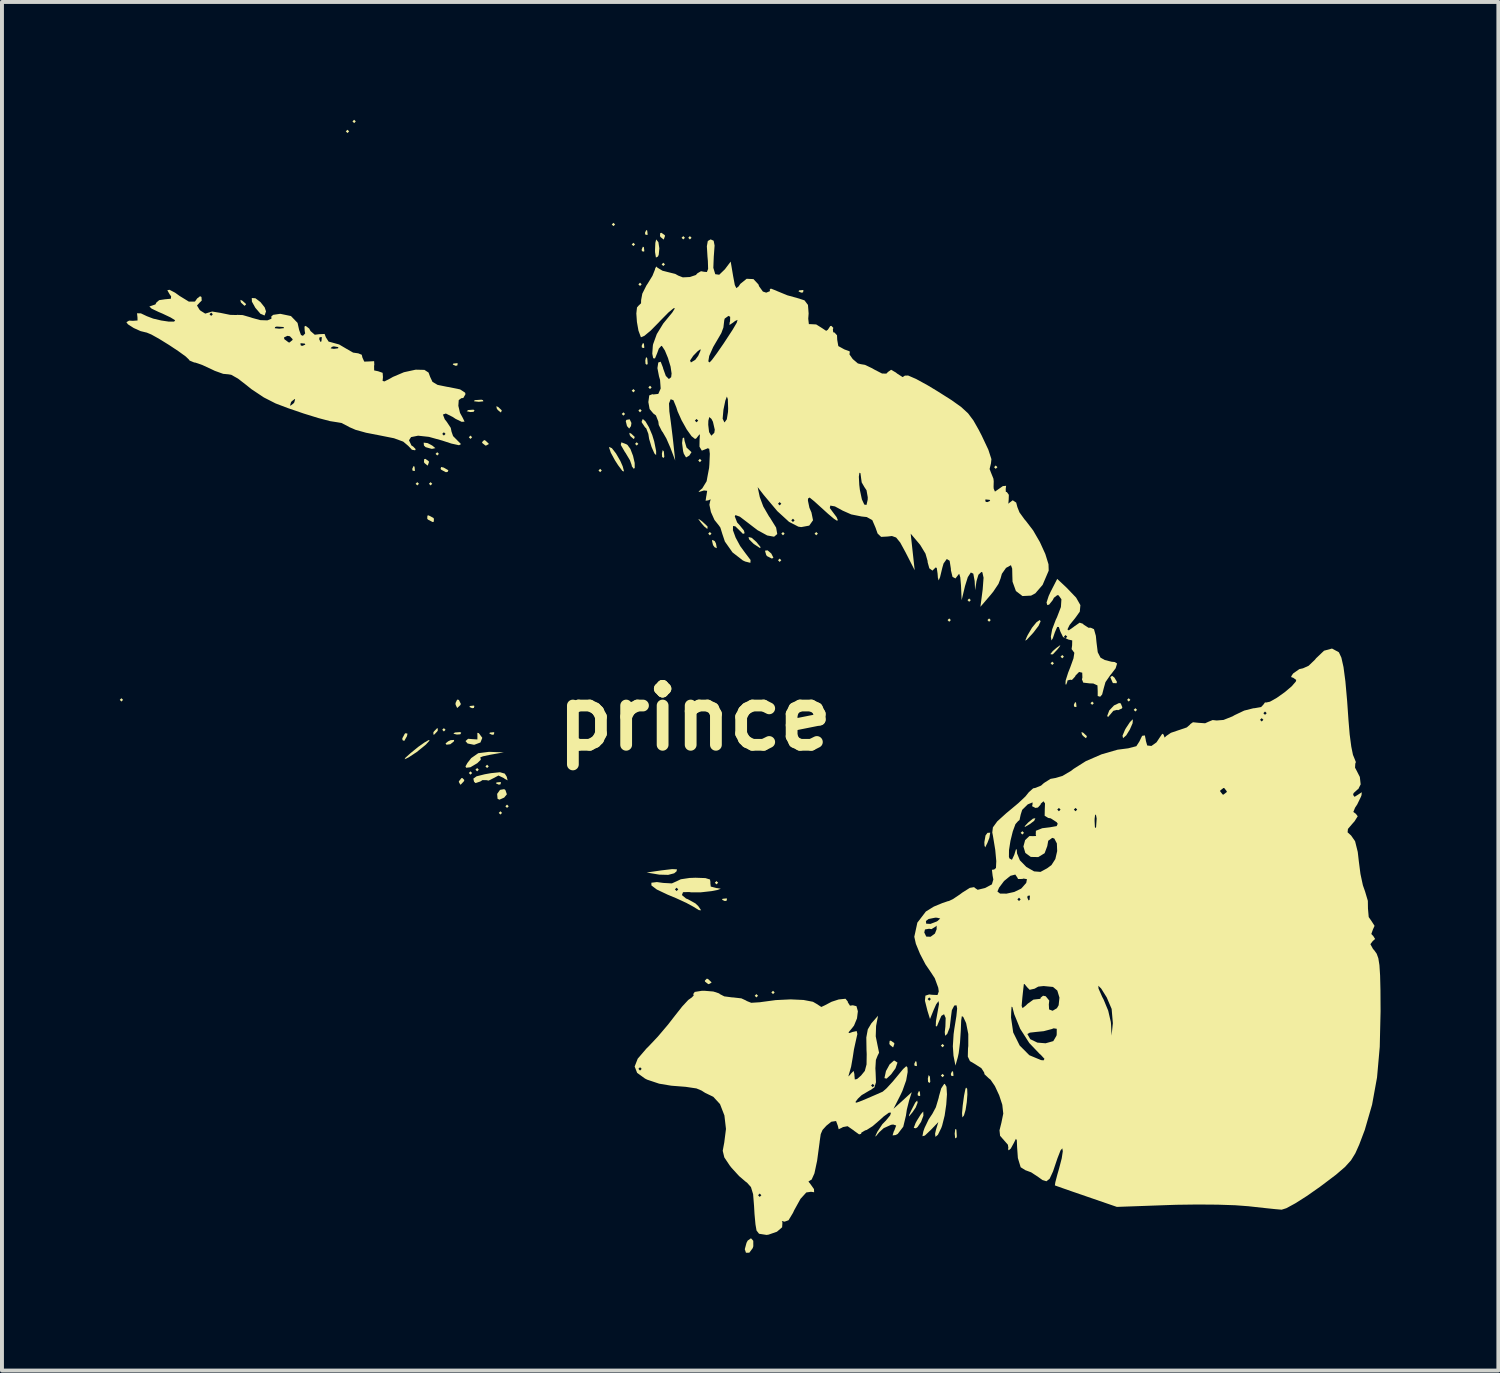
<source format=kicad_pcb>
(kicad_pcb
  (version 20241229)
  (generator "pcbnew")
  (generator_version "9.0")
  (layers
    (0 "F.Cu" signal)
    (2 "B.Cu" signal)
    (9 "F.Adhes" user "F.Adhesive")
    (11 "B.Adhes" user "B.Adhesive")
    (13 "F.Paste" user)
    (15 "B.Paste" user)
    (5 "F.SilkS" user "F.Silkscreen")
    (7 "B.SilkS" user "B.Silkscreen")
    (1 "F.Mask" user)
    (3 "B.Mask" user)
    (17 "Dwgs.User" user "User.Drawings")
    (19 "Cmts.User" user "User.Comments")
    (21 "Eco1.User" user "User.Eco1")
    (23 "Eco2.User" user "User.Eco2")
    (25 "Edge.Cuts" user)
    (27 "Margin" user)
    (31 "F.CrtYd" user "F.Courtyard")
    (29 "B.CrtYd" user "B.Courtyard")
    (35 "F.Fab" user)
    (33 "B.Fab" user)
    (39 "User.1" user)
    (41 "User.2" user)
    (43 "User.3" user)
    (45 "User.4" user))
  (footprint "prince"
    (layer "F.Cu")
    (at 14.647 15.24)
    (property "Reference" "prince" (at 0 0 0) (layer "F.SilkS") (effects (font (size 1.5 1.5) (thickness 0.3))))
    (attr board_only exclude_from_pos_files exclude_from_bom)
    (fp_poly (pts (xy -14.563 -0.466) (xy -14.605 -0.423) (xy -14.647 -0.466) (xy -14.605 -0.508)) (stroke (width 0) (type solid)) (fill yes) (layer "F.SilkS"))
    (fp_poly (pts (xy -8.805 -14.944) (xy -8.848 -14.901) (xy -8.89 -14.944) (xy -8.848 -14.986)) (stroke (width 0) (type solid)) (fill yes) (layer "F.SilkS"))
    (fp_poly (pts (xy -8.636 -15.198) (xy -8.678 -15.155) (xy -8.721 -15.198) (xy -8.678 -15.24)) (stroke (width 0) (type solid)) (fill yes) (layer "F.SilkS"))
    (fp_poly (pts (xy -7.027 -5.969) (xy -7.07 -5.927) (xy -7.112 -5.969) (xy -7.07 -6.011)) (stroke (width 0) (type solid)) (fill yes) (layer "F.SilkS"))
    (fp_poly (pts (xy -6.689 -5.969) (xy -6.731 -5.927) (xy -6.773 -5.969) (xy -6.731 -6.011)) (stroke (width 0) (type solid)) (fill yes) (layer "F.SilkS"))
    (fp_poly (pts (xy -6.519 -6.731) (xy -6.562 -6.689) (xy -6.604 -6.731) (xy -6.562 -6.773)) (stroke (width 0) (type solid)) (fill yes) (layer "F.SilkS"))
    (fp_poly (pts (xy -6.35 0.296) (xy -6.392 0.339) (xy -6.435 0.296) (xy -6.392 0.254)) (stroke (width 0) (type solid)) (fill yes) (layer "F.SilkS"))
    (fp_poly (pts (xy -5.673 -7.154) (xy -5.715 -7.112) (xy -5.757 -7.154) (xy -5.715 -7.197)) (stroke (width 0) (type solid)) (fill yes) (layer "F.SilkS"))
    (fp_poly (pts (xy -5.673 1.397) (xy -5.715 1.439) (xy -5.757 1.397) (xy -5.715 1.355)) (stroke (width 0) (type solid)) (fill yes) (layer "F.SilkS"))
    (fp_poly (pts (xy -5.503 1.312) (xy -5.546 1.355) (xy -5.588 1.312) (xy -5.546 1.27)) (stroke (width 0) (type solid)) (fill yes) (layer "F.SilkS"))
    (fp_poly (pts (xy -5.249 1.228) (xy -5.292 1.27) (xy -5.334 1.228) (xy -5.292 1.185)) (stroke (width 0) (type solid)) (fill yes) (layer "F.SilkS"))
    (fp_poly (pts (xy -4.911 2.413) (xy -4.953 2.455) (xy -4.995 2.413) (xy -4.953 2.371)) (stroke (width 0) (type solid)) (fill yes) (layer "F.SilkS"))
    (fp_poly (pts (xy -4.741 2.244) (xy -4.784 2.286) (xy -4.826 2.244) (xy -4.784 2.201)) (stroke (width 0) (type solid)) (fill yes) (layer "F.SilkS"))
    (fp_poly (pts (xy -2.371 -6.308) (xy -2.413 -6.265) (xy -2.455 -6.308) (xy -2.413 -6.35)) (stroke (width 0) (type solid)) (fill yes) (layer "F.SilkS"))
    (fp_poly (pts (xy -2.032 -12.573) (xy -2.074 -12.531) (xy -2.117 -12.573) (xy -2.074 -12.615)) (stroke (width 0) (type solid)) (fill yes) (layer "F.SilkS"))
    (fp_poly (pts (xy -1.778 -7.747) (xy -1.82 -7.705) (xy -1.863 -7.747) (xy -1.82 -7.789)) (stroke (width 0) (type solid)) (fill yes) (layer "F.SilkS"))
    (fp_poly (pts (xy -1.524 -12.065) (xy -1.566 -12.023) (xy -1.609 -12.065) (xy -1.566 -12.107)) (stroke (width 0) (type solid)) (fill yes) (layer "F.SilkS"))
    (fp_poly (pts (xy -1.524 -8.34) (xy -1.566 -8.297) (xy -1.609 -8.34) (xy -1.566 -8.382)) (stroke (width 0) (type solid)) (fill yes) (layer "F.SilkS"))
    (fp_poly (pts (xy -1.439 -6.985) (xy -1.482 -6.943) (xy -1.524 -6.985) (xy -1.482 -7.027)) (stroke (width 0) (type solid)) (fill yes) (layer "F.SilkS"))
    (fp_poly (pts (xy -1.355 -11.049) (xy -1.397 -11.007) (xy -1.439 -11.049) (xy -1.397 -11.091)) (stroke (width 0) (type solid)) (fill yes) (layer "F.SilkS"))
    (fp_poly (pts (xy -1.355 -7.832) (xy -1.397 -7.789) (xy -1.439 -7.832) (xy -1.397 -7.874)) (stroke (width 0) (type solid)) (fill yes) (layer "F.SilkS"))
    (fp_poly (pts (xy -1.101 -8.424) (xy -1.143 -8.382) (xy -1.185 -8.424) (xy -1.143 -8.467)) (stroke (width 0) (type solid)) (fill yes) (layer "F.SilkS"))
    (fp_poly (pts (xy -0.762 -11.557) (xy -0.804 -11.515) (xy -0.847 -11.557) (xy -0.804 -11.599)) (stroke (width 0) (type solid)) (fill yes) (layer "F.SilkS"))
    (fp_poly (pts (xy -0.254 -12.234) (xy -0.296 -12.192) (xy -0.339 -12.234) (xy -0.296 -12.277)) (stroke (width 0) (type solid)) (fill yes) (layer "F.SilkS"))
    (fp_poly (pts (xy -0.085 -12.234) (xy -0.127 -12.192) (xy -0.169 -12.234) (xy -0.127 -12.277)) (stroke (width 0) (type solid)) (fill yes) (layer "F.SilkS"))
    (fp_poly (pts (xy 0.169 -6.562) (xy 0.127 -6.519) (xy 0.085 -6.562) (xy 0.127 -6.604)) (stroke (width 0) (type solid)) (fill yes) (layer "F.SilkS"))
    (fp_poly (pts (xy 0.423 -4.699) (xy 0.381 -4.657) (xy 0.339 -4.699) (xy 0.381 -4.741)) (stroke (width 0) (type solid)) (fill yes) (layer "F.SilkS"))
    (fp_poly (pts (xy 0.593 4.191) (xy 0.55 4.233) (xy 0.508 4.191) (xy 0.55 4.149)) (stroke (width 0) (type solid)) (fill yes) (layer "F.SilkS"))
    (fp_poly (pts (xy 1.609 7.07) (xy 1.566 7.112) (xy 1.524 7.07) (xy 1.566 7.027)) (stroke (width 0) (type solid)) (fill yes) (layer "F.SilkS"))
    (fp_poly (pts (xy 2.032 6.985) (xy 1.99 7.027) (xy 1.947 6.985) (xy 1.99 6.943)) (stroke (width 0) (type solid)) (fill yes) (layer "F.SilkS"))
    (fp_poly (pts (xy 2.201 -4.022) (xy 2.159 -3.979) (xy 2.117 -4.022) (xy 2.159 -4.064)) (stroke (width 0) (type solid)) (fill yes) (layer "F.SilkS"))
    (fp_poly (pts (xy 2.286 -4.699) (xy 2.244 -4.657) (xy 2.201 -4.699) (xy 2.244 -4.741)) (stroke (width 0) (type solid)) (fill yes) (layer "F.SilkS"))
    (fp_poly (pts (xy 3.133 -4.699) (xy 3.09 -4.657) (xy 3.048 -4.699) (xy 3.09 -4.741)) (stroke (width 0) (type solid)) (fill yes) (layer "F.SilkS"))
    (fp_poly (pts (xy 6.35 8.34) (xy 6.308 8.382) (xy 6.265 8.34) (xy 6.308 8.297)) (stroke (width 0) (type solid)) (fill yes) (layer "F.SilkS"))
    (fp_poly (pts (xy 6.35 9.102) (xy 6.308 9.144) (xy 6.265 9.102) (xy 6.308 9.059)) (stroke (width 0) (type solid)) (fill yes) (layer "F.SilkS"))
    (fp_poly (pts (xy 6.519 -2.498) (xy 6.477 -2.455) (xy 6.435 -2.498) (xy 6.477 -2.54)) (stroke (width 0) (type solid)) (fill yes) (layer "F.SilkS"))
    (fp_poly (pts (xy 7.027 -3.006) (xy 6.985 -2.963) (xy 6.943 -3.006) (xy 6.985 -3.048)) (stroke (width 0) (type solid)) (fill yes) (layer "F.SilkS"))
    (fp_poly (pts (xy 7.535 -2.498) (xy 7.493 -2.455) (xy 7.451 -2.498) (xy 7.493 -2.54)) (stroke (width 0) (type solid)) (fill yes) (layer "F.SilkS"))
    (fp_poly (pts (xy 7.705 -6.392) (xy 7.662 -6.35) (xy 7.62 -6.392) (xy 7.662 -6.435)) (stroke (width 0) (type solid)) (fill yes) (layer "F.SilkS"))
    (fp_poly (pts (xy 8.382 2.921) (xy 8.34 2.963) (xy 8.297 2.921) (xy 8.34 2.879)) (stroke (width 0) (type solid)) (fill yes) (layer "F.SilkS"))
    (fp_poly (pts (xy 9.144 -1.397) (xy 9.102 -1.355) (xy 9.059 -1.397) (xy 9.102 -1.439)) (stroke (width 0) (type solid)) (fill yes) (layer "F.SilkS"))
    (fp_poly (pts (xy 9.398 -1.566) (xy 9.356 -1.524) (xy 9.313 -1.566) (xy 9.356 -1.609)) (stroke (width 0) (type solid)) (fill yes) (layer "F.SilkS"))
    (fp_poly (pts (xy 10.16 -0.381) (xy 10.118 -0.339) (xy 10.075 -0.381) (xy 10.118 -0.423)) (stroke (width 0) (type solid)) (fill yes) (layer "F.SilkS"))
    (fp_poly (pts (xy 11.091 -0.466) (xy 11.049 -0.423) (xy 11.007 -0.466) (xy 11.049 -0.508)) (stroke (width 0) (type solid)) (fill yes) (layer "F.SilkS"))
    (fp_poly (pts (xy 11.261 -0.212) (xy 11.218 -0.169) (xy 11.176 -0.212) (xy 11.218 -0.254)) (stroke (width 0) (type solid)) (fill yes) (layer "F.SilkS"))
    (fp_poly (pts (xy -7.14 -6.406) (xy -7.13 -6.306) (xy -7.14 -6.294) (xy -7.191 -6.305) (xy -7.197 -6.35) (xy -7.166 -6.42)) (stroke (width 0) (type solid)) (fill yes) (layer "F.SilkS"))
    (fp_poly (pts (xy -6.04 -9.031) (xy -6.051 -8.981) (xy -6.096 -8.975) (xy -6.166 -9.006) (xy -6.152 -9.031) (xy -6.052 -9.041)) (stroke (width 0) (type solid)) (fill yes) (layer "F.SilkS"))
    (fp_poly (pts (xy -5.95 0.372) (xy -5.975 0.411) (xy -6.061 0.417) (xy -6.151 0.396) (xy -6.112 0.365) (xy -5.98 0.355)) (stroke (width 0) (type solid)) (fill yes) (layer "F.SilkS"))
    (fp_poly (pts (xy -5.616 -0.31) (xy -5.628 -0.26) (xy -5.673 -0.254) (xy -5.742 -0.285) (xy -5.729 -0.31) (xy -5.629 -0.321)) (stroke (width 0) (type solid)) (fill yes) (layer "F.SilkS"))
    (fp_poly (pts (xy -5.611 -7.84) (xy -5.636 -7.802) (xy -5.722 -7.796) (xy -5.812 -7.817) (xy -5.773 -7.847) (xy -5.641 -7.857)) (stroke (width 0) (type solid)) (fill yes) (layer "F.SilkS"))
    (fp_poly (pts (xy -5.397 -8.099) (xy -5.387 -8.069) (xy -5.503 -8.057) (xy -5.624 -8.07) (xy -5.609 -8.099) (xy -5.436 -8.111)) (stroke (width 0) (type solid)) (fill yes) (layer "F.SilkS"))
    (fp_poly (pts (xy -5.108 0.367) (xy -5.12 0.417) (xy -5.165 0.423) (xy -5.234 0.392) (xy -5.221 0.367) (xy -5.121 0.357)) (stroke (width 0) (type solid)) (fill yes) (layer "F.SilkS"))
    (fp_poly (pts (xy -4.939 1.637) (xy -4.951 1.687) (xy -4.995 1.693) (xy -5.065 1.662) (xy -5.052 1.637) (xy -4.951 1.627)) (stroke (width 0) (type solid)) (fill yes) (layer "F.SilkS"))
    (fp_poly (pts (xy -1.298 -11.994) (xy -1.288 -11.894) (xy -1.298 -11.882) (xy -1.349 -11.893) (xy -1.355 -11.938) (xy -1.324 -12.008)) (stroke (width 0) (type solid)) (fill yes) (layer "F.SilkS"))
    (fp_poly (pts (xy -1.298 -9.539) (xy -1.288 -9.439) (xy -1.298 -9.426) (xy -1.349 -9.438) (xy -1.355 -9.483) (xy -1.324 -9.552)) (stroke (width 0) (type solid)) (fill yes) (layer "F.SilkS"))
    (fp_poly (pts (xy -1.214 -12.418) (xy -1.203 -12.317) (xy -1.214 -12.305) (xy -1.264 -12.317) (xy -1.27 -12.361) (xy -1.239 -12.431)) (stroke (width 0) (type solid)) (fill yes) (layer "F.SilkS"))
    (fp_poly (pts (xy -1.212 -9.16) (xy -1.202 -9.028) (xy -1.219 -8.998) (xy -1.257 -9.023) (xy -1.263 -9.109) (xy -1.243 -9.199)) (stroke (width 0) (type solid)) (fill yes) (layer "F.SilkS"))
    (fp_poly (pts (xy -0.789 -6.789) (xy -0.779 -6.657) (xy -0.796 -6.627) (xy -0.834 -6.652) (xy -0.84 -6.738) (xy -0.819 -6.828)) (stroke (width 0) (type solid)) (fill yes) (layer "F.SilkS"))
    (fp_poly (pts (xy 0.818 4.6) (xy 0.807 4.651) (xy 0.762 4.657) (xy 0.692 4.626) (xy 0.706 4.6) (xy 0.806 4.59)) (stroke (width 0) (type solid)) (fill yes) (layer "F.SilkS"))
    (fp_poly (pts (xy 2.766 -10.894) (xy 2.754 -10.843) (xy 2.709 -10.837) (xy 2.64 -10.868) (xy 2.653 -10.894) (xy 2.753 -10.904)) (stroke (width 0) (type solid)) (fill yes) (layer "F.SilkS"))
    (fp_poly (pts (xy 5.644 8.749) (xy 5.655 8.849) (xy 5.644 8.862) (xy 5.594 8.85) (xy 5.588 8.805) (xy 5.619 8.736)) (stroke (width 0) (type solid)) (fill yes) (layer "F.SilkS"))
    (fp_poly (pts (xy 5.729 9.511) (xy 5.739 9.611) (xy 5.729 9.624) (xy 5.679 9.612) (xy 5.673 9.567) (xy 5.704 9.498)) (stroke (width 0) (type solid)) (fill yes) (layer "F.SilkS"))
    (fp_poly (pts (xy 5.985 9.128) (xy 5.995 9.26) (xy 5.978 9.29) (xy 5.939 9.265) (xy 5.933 9.179) (xy 5.954 9.089)) (stroke (width 0) (type solid)) (fill yes) (layer "F.SilkS"))
    (fp_poly (pts (xy 6.576 9.003) (xy 6.586 9.103) (xy 6.576 9.116) (xy 6.525 9.104) (xy 6.519 9.059) (xy 6.55 8.99)) (stroke (width 0) (type solid)) (fill yes) (layer "F.SilkS"))
    (fp_poly (pts (xy 6.66 10.477) (xy 6.671 10.651) (xy 6.66 10.689) (xy 6.629 10.7) (xy 6.617 10.583) (xy 6.631 10.463)) (stroke (width 0) (type solid)) (fill yes) (layer "F.SilkS"))
    (fp_poly (pts (xy 9.708 -0.395) (xy 9.719 -0.295) (xy 9.708 -0.282) (xy 9.658 -0.294) (xy 9.652 -0.339) (xy 9.683 -0.408)) (stroke (width 0) (type solid)) (fill yes) (layer "F.SilkS"))
    (fp_poly (pts (xy -11.528 -10.634) (xy -11.438 -10.555) (xy -11.43 -10.536) (xy -11.47 -10.501) (xy -11.554 -10.579) (xy -11.565 -10.596) (xy -11.575 -10.654)) (stroke (width 0) (type solid)) (fill yes) (layer "F.SilkS"))
    (fp_poly (pts (xy -7.319 0.395) (xy -7.334 0.461) (xy -7.402 0.58) (xy -7.446 0.56) (xy -7.451 0.513) (xy -7.389 0.398) (xy -7.367 0.382)) (stroke (width 0) (type solid)) (fill yes) (layer "F.SilkS"))
    (fp_poly (pts (xy -6.397 -6.382) (xy -6.278 -6.314) (xy -6.298 -6.27) (xy -6.345 -6.265) (xy -6.46 -6.327) (xy -6.476 -6.349) (xy -6.463 -6.397)) (stroke (width 0) (type solid)) (fill yes) (layer "F.SilkS"))
    (fp_poly (pts (xy -6.139 0.594) (xy -6.229 0.664) (xy -6.327 0.676) (xy -6.35 0.644) (xy -6.284 0.59) (xy -6.219 0.56) (xy -6.131 0.554)) (stroke (width 0) (type solid)) (fill yes) (layer "F.SilkS"))
    (fp_poly (pts (xy -6.01 -0.465) (xy -5.961 -0.363) (xy -5.973 -0.333) (xy -6.054 -0.258) (xy -6.094 -0.343) (xy -6.096 -0.386) (xy -6.054 -0.473)) (stroke (width 0) (type solid)) (fill yes) (layer "F.SilkS"))
    (fp_poly (pts (xy -5.008 -7.924) (xy -4.918 -7.839) (xy -4.936 -7.79) (xy -4.948 -7.789) (xy -5.02 -7.849) (xy -5.046 -7.887) (xy -5.056 -7.945)) (stroke (width 0) (type solid)) (fill yes) (layer "F.SilkS"))
    (fp_poly (pts (xy -1.622 -7.247) (xy -1.531 -7.162) (xy -1.55 -7.113) (xy -1.561 -7.112) (xy -1.633 -7.172) (xy -1.659 -7.21) (xy -1.669 -7.268)) (stroke (width 0) (type solid)) (fill yes) (layer "F.SilkS"))
    (fp_poly (pts (xy -1.616 -7.518) (xy -1.627 -7.439) (xy -1.673 -7.375) (xy -1.729 -7.439) (xy -1.76 -7.564) (xy -1.744 -7.597) (xy -1.66 -7.611)) (stroke (width 0) (type solid)) (fill yes) (layer "F.SilkS"))
    (fp_poly (pts (xy 0.505 -4.51) (xy 0.537 -4.449) (xy 0.559 -4.329) (xy 0.502 -4.353) (xy 0.462 -4.408) (xy 0.436 -4.519) (xy 0.447 -4.539)) (stroke (width 0) (type solid)) (fill yes) (layer "F.SilkS"))
    (fp_poly (pts (xy 1.946 -4.193) (xy 2 -4.087) (xy 1.963 -4.064) (xy 1.839 -4.126) (xy 1.817 -4.154) (xy 1.785 -4.265) (xy 1.851 -4.274)) (stroke (width 0) (type solid)) (fill yes) (layer "F.SilkS"))
    (fp_poly (pts (xy 8.641 2.615) (xy 8.526 2.701) (xy 8.399 2.773) (xy 8.406 2.746) (xy 8.486 2.66) (xy 8.61 2.559) (xy 8.672 2.548)) (stroke (width 0) (type solid)) (fill yes) (layer "F.SilkS"))
    (fp_poly (pts (xy 9.893 0.373) (xy 9.984 0.458) (xy 9.965 0.507) (xy 9.953 0.508) (xy 9.882 0.448) (xy 9.856 0.41) (xy 9.846 0.352)) (stroke (width 0) (type solid)) (fill yes) (layer "F.SilkS"))
    (fp_poly (pts (xy -6.806 -7.005) (xy -6.689 -6.943) (xy -6.609 -6.877) (xy -6.686 -6.86) (xy -6.705 -6.859) (xy -6.858 -6.902) (xy -6.9 -6.943) (xy -6.907 -7.017)) (stroke (width 0) (type solid)) (fill yes) (layer "F.SilkS"))
    (fp_poly (pts (xy -6.777 -6.543) (xy -6.773 -6.519) (xy -6.802 -6.437) (xy -6.811 -6.435) (xy -6.883 -6.494) (xy -6.9 -6.519) (xy -6.894 -6.597) (xy -6.863 -6.604)) (stroke (width 0) (type solid)) (fill yes) (layer "F.SilkS"))
    (fp_poly (pts (xy -6.664 -5.103) (xy -6.646 -5.08) (xy -6.65 -5.002) (xy -6.679 -4.995) (xy -6.798 -5.057) (xy -6.816 -5.08) (xy -6.812 -5.158) (xy -6.783 -5.165)) (stroke (width 0) (type solid)) (fill yes) (layer "F.SilkS"))
    (fp_poly (pts (xy -6.546 0.309) (xy -6.562 0.339) (xy -6.641 0.42) (xy -6.656 0.423) (xy -6.662 0.369) (xy -6.646 0.339) (xy -6.567 0.258) (xy -6.552 0.254)) (stroke (width 0) (type solid)) (fill yes) (layer "F.SilkS"))
    (fp_poly (pts (xy -5.871 1.576) (xy -5.884 1.609) (xy -5.96 1.689) (xy -5.974 1.693) (xy -6.01 1.628) (xy -6.011 1.609) (xy -5.946 1.527) (xy -5.922 1.524)) (stroke (width 0) (type solid)) (fill yes) (layer "F.SilkS"))
    (fp_poly (pts (xy -5.334 -7.07) (xy -5.253 -6.994) (xy -5.249 -6.98) (xy -5.315 -6.944) (xy -5.334 -6.943) (xy -5.415 -7.008) (xy -5.419 -7.032) (xy -5.367 -7.083)) (stroke (width 0) (type solid)) (fill yes) (layer "F.SilkS"))
    (fp_poly (pts (xy -4.826 1.829) (xy -4.788 1.939) (xy -4.857 2.023) (xy -4.978 2.076) (xy -5.025 2.053) (xy -5.036 1.928) (xy -4.962 1.826) (xy -4.857 1.808)) (stroke (width 0) (type solid)) (fill yes) (layer "F.SilkS"))
    (fp_poly (pts (xy -0.765 -12.3) (xy -0.762 -12.277) (xy -0.791 -12.194) (xy -0.799 -12.192) (xy -0.872 -12.251) (xy -0.889 -12.277) (xy -0.882 -12.355) (xy -0.852 -12.361)) (stroke (width 0) (type solid)) (fill yes) (layer "F.SilkS"))
    (fp_poly (pts (xy 0.129 -5.053) (xy 0.191 -5.006) (xy 0.322 -4.883) (xy 0.322 -4.827) (xy 0.307 -4.826) (xy 0.236 -4.884) (xy 0.159 -4.974) (xy 0.085 -5.074)) (stroke (width 0) (type solid)) (fill yes) (layer "F.SilkS"))
    (fp_poly (pts (xy 0.339 6.646) (xy 0.419 6.722) (xy 0.423 6.736) (xy 0.358 6.772) (xy 0.339 6.773) (xy 0.257 6.708) (xy 0.254 6.684) (xy 0.306 6.633)) (stroke (width 0) (type solid)) (fill yes) (layer "F.SilkS"))
    (fp_poly (pts (xy 1.449 -4.592) (xy 1.566 -4.488) (xy 1.675 -4.354) (xy 1.658 -4.332) (xy 1.517 -4.425) (xy 1.488 -4.447) (xy 1.379 -4.556) (xy 1.368 -4.614)) (stroke (width 0) (type solid)) (fill yes) (layer "F.SilkS"))
    (fp_poly (pts (xy 5.077 8.274) (xy 5.08 8.297) (xy 5.051 8.38) (xy 5.043 8.382) (xy 4.97 8.323) (xy 4.953 8.297) (xy 4.96 8.219) (xy 4.99 8.213)) (stroke (width 0) (type solid)) (fill yes) (layer "F.SilkS"))
    (fp_poly (pts (xy 5.673 9.791) (xy 5.624 9.915) (xy 5.541 10.038) (xy 5.453 10.142) (xy 5.453 10.114) (xy 5.51 9.991) (xy 5.611 9.793) (xy 5.661 9.738)) (stroke (width 0) (type solid)) (fill yes) (layer "F.SilkS"))
    (fp_poly (pts (xy 7.5 3.048) (xy 7.451 3.175) (xy 7.394 3.291) (xy 7.376 3.246) (xy 7.372 3.159) (xy 7.402 2.988) (xy 7.451 2.921) (xy 7.522 2.916)) (stroke (width 0) (type solid)) (fill yes) (layer "F.SilkS"))
    (fp_poly (pts (xy 9.287 -1.818) (xy 9.239 -1.757) (xy 9.116 -1.625) (xy 9.061 -1.626) (xy 9.059 -1.641) (xy 9.117 -1.711) (xy 9.207 -1.789) (xy 9.308 -1.862)) (stroke (width 0) (type solid)) (fill yes) (layer "F.SilkS"))
    (fp_poly (pts (xy 10.684 -1.034) (xy 10.748 -0.927) (xy 10.74 -0.89) (xy 10.652 -0.893) (xy 10.64 -0.903) (xy 10.584 -1.033) (xy 10.583 -1.047) (xy 10.626 -1.079)) (stroke (width 0) (type solid)) (fill yes) (layer "F.SilkS"))
    (fp_poly (pts (xy -11.192 -10.694) (xy -11.064 -10.597) (xy -10.956 -10.461) (xy -10.922 -10.359) (xy -10.959 -10.255) (xy -11.062 -10.297) (xy -11.193 -10.449) (xy -11.281 -10.607) (xy -11.285 -10.7)) (stroke (width 0) (type solid)) (fill yes) (layer "F.SilkS"))
    (fp_poly (pts (xy -0.456 3.85) (xy -0.467 3.901) (xy -0.527 3.951) (xy -0.679 3.991) (xy -0.905 3.985) (xy -0.931 3.981) (xy -1.228 3.931) (xy -0.848 3.876) (xy -0.578 3.844)) (stroke (width 0) (type solid)) (fill yes) (layer "F.SilkS"))
    (fp_poly (pts (xy 1.487 13.31) (xy 1.488 13.449) (xy 1.473 13.497) (xy 1.387 13.613) (xy 1.301 13.615) (xy 1.271 13.525) (xy 1.315 13.362) (xy 1.345 13.305) (xy 1.429 13.246)) (stroke (width 0) (type solid)) (fill yes) (layer "F.SilkS"))
    (fp_poly (pts (xy -0.929 -12.122) (xy -0.905 -11.966) (xy -0.92 -11.806) (xy -0.94 -11.757) (xy -0.992 -11.731) (xy -1.014 -11.867) (xy -1.015 -11.917) (xy -1.007 -12.104) (xy -0.986 -12.191) (xy -0.984 -12.192)) (stroke (width 0) (type solid)) (fill yes) (layer "F.SilkS"))
    (fp_poly (pts (xy 5.16 8.772) (xy 5.11 8.917) (xy 4.998 9.071) (xy 4.883 9.18) (xy 4.829 9.168) (xy 4.829 9.16) (xy 4.867 8.987) (xy 4.96 8.817) (xy 5.065 8.724) (xy 5.083 8.721)) (stroke (width 0) (type solid)) (fill yes) (layer "F.SilkS"))
    (fp_poly (pts (xy 5.816 10.021) (xy 5.82 10.124) (xy 5.76 10.282) (xy 5.671 10.414) (xy 5.629 10.445) (xy 5.574 10.435) (xy 5.62 10.312) (xy 5.657 10.245) (xy 5.756 10.086) (xy 5.813 10.02)) (stroke (width 0) (type solid)) (fill yes) (layer "F.SilkS"))
    (fp_poly (pts (xy -6.754 0.566) (xy -6.835 0.656) (xy -6.867 0.687) (xy -7.083 0.862) (xy -7.291 0.999) (xy -7.393 1.047) (xy -7.372 1.008) (xy -7.239 0.889) (xy -7.048 0.733) (xy -6.886 0.619) (xy -6.78 0.558)) (stroke (width 0) (type solid)) (fill yes) (layer "F.SilkS"))
    (fp_poly (pts (xy -2.113 -6.875) (xy -2.008 -6.74) (xy -1.899 -6.552) (xy -1.838 -6.413) (xy -1.804 -6.283) (xy -1.845 -6.295) (xy -1.956 -6.443) (xy -2.035 -6.566) (xy -2.141 -6.761) (xy -2.184 -6.888) (xy -2.18 -6.907)) (stroke (width 0) (type solid)) (fill yes) (layer "F.SilkS"))
    (fp_poly (pts (xy -0.261 -7.056) (xy -0.212 -6.892) (xy -0.148 -6.833) (xy -0.086 -6.774) (xy -0.143 -6.687) (xy -0.225 -6.64) (xy -0.282 -6.735) (xy -0.3 -6.8) (xy -0.326 -7.006) (xy -0.311 -7.13) (xy -0.276 -7.148)) (stroke (width 0) (type solid)) (fill yes) (layer "F.SilkS"))
    (fp_poly (pts (xy 6.935 9.439) (xy 6.94 9.581) (xy 6.925 9.78) (xy 6.894 9.979) (xy 6.853 10.118) (xy 6.812 10.168) (xy 6.804 10.061) (xy 6.821 9.866) (xy 6.855 9.616) (xy 6.889 9.447) (xy 6.905 9.407)) (stroke (width 0) (type solid)) (fill yes) (layer "F.SilkS"))
    (fp_poly (pts (xy 8.805 -2.466) (xy 8.753 -2.352) (xy 8.623 -2.181) (xy 8.589 -2.143) (xy 8.453 -1.997) (xy 8.413 -1.974) (xy 8.453 -2.069) (xy 8.475 -2.115) (xy 8.586 -2.304) (xy 8.7 -2.443) (xy 8.783 -2.5)) (stroke (width 0) (type solid)) (fill yes) (layer "F.SilkS"))
    (fp_poly (pts (xy 11.154 0.034) (xy 11.148 0.128) (xy 11.079 0.287) (xy 10.986 0.437) (xy 10.906 0.508) (xy 10.904 0.508) (xy 10.891 0.446) (xy 10.956 0.292) (xy 10.976 0.257) (xy 11.082 0.097) (xy 11.149 0.032)) (stroke (width 0) (type solid)) (fill yes) (layer "F.SilkS"))
    (fp_poly (pts (xy -5.502 0.382) (xy -5.414 0.501) (xy -5.461 0.619) (xy -5.616 0.677) (xy -5.63 0.677) (xy -5.789 0.645) (xy -5.842 0.583) (xy -5.775 0.525) (xy -5.666 0.534) (xy -5.539 0.542) (xy -5.538 0.455) (xy -5.54 0.373)) (stroke (width 0) (type solid)) (fill yes) (layer "F.SilkS"))
    (fp_poly (pts (xy 10.846 -0.376) (xy 10.887 -0.274) (xy 10.875 -0.247) (xy 10.777 -0.202) (xy 10.752 -0.212) (xy 10.657 -0.187) (xy 10.591 -0.108) (xy 10.522 -0.028) (xy 10.501 -0.057) (xy 10.553 -0.196) (xy 10.674 -0.324) (xy 10.803 -0.385)) (stroke (width 0) (type solid)) (fill yes) (layer "F.SilkS"))
    (fp_poly (pts (xy -1.74 -6.974) (xy -1.716 -6.958) (xy -1.642 -6.855) (xy -1.575 -6.681) (xy -1.533 -6.499) (xy -1.532 -6.373) (xy -1.556 -6.35) (xy -1.606 -6.416) (xy -1.609 -6.443) (xy -1.654 -6.569) (xy -1.766 -6.756) (xy -1.784 -6.781) (xy -1.887 -6.959) (xy -1.872 -7.025)) (stroke (width 0) (type solid)) (fill yes) (layer "F.SilkS"))
    (fp_poly (pts (xy -5.209 0.859) (xy -4.868 0.871) (xy -5.207 0.931) (xy -5.396 0.971) (xy -5.471 1.001) (xy -5.461 1.007) (xy -5.453 1.059) (xy -5.541 1.146) (xy -5.716 1.25) (xy -5.825 1.263) (xy -5.842 1.229) (xy -5.793 1.141) (xy -5.696 1.017) (xy -5.517 0.892) (xy -5.244 0.858)) (stroke (width 0) (type solid)) (fill yes) (layer "F.SilkS"))
    (fp_poly (pts (xy -1.258 -7.558) (xy -1.17 -7.41) (xy -1.085 -7.209) (xy -1.036 -7.048) (xy -0.987 -6.804) (xy -0.987 -6.699) (xy -1.031 -6.742) (xy -1.103 -6.906) (xy -1.165 -7.111) (xy -1.185 -7.24) (xy -1.239 -7.381) (xy -1.27 -7.408) (xy -1.352 -7.531) (xy -1.355 -7.558) (xy -1.327 -7.619)) (stroke (width 0) (type solid)) (fill yes) (layer "F.SilkS"))
    (fp_poly (pts (xy -4.842 1.412) (xy -4.793 1.488) (xy -4.769 1.584) (xy -4.84 1.547) (xy -4.866 1.526) (xy -5.002 1.461) (xy -5.124 1.526) (xy -5.253 1.59) (xy -5.307 1.579) (xy -5.408 1.577) (xy -5.467 1.614) (xy -5.587 1.653) (xy -5.624 1.619) (xy -5.642 1.54) (xy -5.561 1.481) (xy -5.353 1.429) (xy -5.197 1.401) (xy -4.964 1.377)) (stroke (width 0) (type solid)) (fill yes) (layer "F.SilkS"))
    (fp_poly (pts (xy 6.408 9.388) (xy 6.42 9.58) (xy 6.402 9.84) (xy 6.361 10.121) (xy 6.298 10.373) (xy 6.276 10.435) (xy 6.189 10.611) (xy 6.127 10.663) (xy 6.117 10.583) (xy 6.142 10.477) (xy 6.2 10.287) (xy 6.018 10.477) (xy 5.858 10.63) (xy 5.795 10.647) (xy 5.818 10.526) (xy 5.85 10.435) (xy 5.954 10.218) (xy 6.049 10.075) (xy 6.137 9.91) (xy 6.209 9.669) (xy 6.216 9.631) (xy 6.274 9.427) (xy 6.346 9.319) (xy 6.364 9.313)) (stroke (width 0) (type solid)) (fill yes) (layer "F.SilkS"))
    (fp_poly (pts (xy 0.268 4.073) (xy 0.385 4.109) (xy 0.397 4.18) (xy 0.393 4.191) (xy 0.404 4.289) (xy 0.556 4.328) (xy 0.574 4.329) (xy 0.66 4.344) (xy 0.578 4.375) (xy 0.423 4.405) (xy 0.146 4.436) (xy -0.092 4.436) (xy -0.148 4.428) (xy -0.302 4.432) (xy -0.33 4.505) (xy -0.226 4.593) (xy -0.177 4.612) (xy 0.014 4.718) (xy 0.087 4.787) (xy 0.159 4.893) (xy 0.103 4.889) (xy -0.045 4.798) (xy -0.213 4.707) (xy -0.475 4.586) (xy -0.698 4.493) (xy -0.968 4.365) (xy -0.975 4.36) (xy -0.508 4.36) (xy -0.466 4.403) (xy -0.423 4.36) (xy -0.466 4.318) (xy -0.508 4.36) (xy -0.975 4.36) (xy -1.107 4.26) (xy -1.108 4.191) (xy -0.967 4.174) (xy -0.807 4.196) (xy -0.586 4.208) (xy -0.47 4.156) (xy -0.359 4.103) (xy -0.139 4.07) (xy 0.014 4.064)) (stroke (width 0) (type solid)) (fill yes) (layer "F.SilkS"))
    (fp_poly (pts (xy 9.471 -3.319) (xy 9.71 -3.069) (xy 9.818 -2.879) (xy 9.803 -2.713) (xy 9.685 -2.548) (xy 9.543 -2.373) (xy 9.488 -2.261) (xy 9.521 -2.236) (xy 9.646 -2.323) (xy 9.657 -2.333) (xy 9.799 -2.432) (xy 9.885 -2.403) (xy 9.898 -2.384) (xy 10.026 -2.302) (xy 10.083 -2.303) (xy 10.164 -2.266) (xy 10.212 -2.097) (xy 10.228 -1.935) (xy 10.26 -1.679) (xy 10.33 -1.542) (xy 10.439 -1.481) (xy 10.612 -1.437) (xy 10.689 -1.43) (xy 10.753 -1.392) (xy 10.716 -1.271) (xy 10.593 -1.11) (xy 10.583 -1.101) (xy 10.457 -0.918) (xy 10.414 -0.767) (xy 10.372 -0.603) (xy 10.322 -0.546) (xy 10.259 -0.564) (xy 10.259 -0.689) (xy 10.253 -0.834) (xy 10.146 -0.883) (xy 10.054 -0.886) (xy 9.891 -0.905) (xy 9.858 -0.989) (xy 9.869 -1.034) (xy 9.865 -1.158) (xy 9.785 -1.177) (xy 9.694 -1.085) (xy 9.683 -1.059) (xy 9.603 -0.973) (xy 9.558 -0.979) (xy 9.489 -0.96) (xy 9.483 -0.922) (xy 9.456 -0.854) (xy 9.438 -0.863) (xy 9.443 -0.959) (xy 9.505 -1.156) (xy 9.562 -1.3) (xy 9.642 -1.523) (xy 9.664 -1.665) (xy 9.643 -1.693) (xy 9.594 -1.759) (xy 9.607 -1.854) (xy 9.61 -1.98) (xy 9.513 -2.002) (xy 9.443 -2.035) (xy 9.483 -2.074) (xy 9.44 -2.117) (xy 9.398 -2.074) (xy 9.432 -2.04) (xy 9.376 -2.067) (xy 9.31 -2.201) (xy 9.269 -2.322) (xy 9.228 -2.324) (xy 9.17 -2.191) (xy 9.115 -2.032) (xy 9.08 -1.98) (xy 9.066 -2.078) (xy 9.099 -2.261) (xy 9.19 -2.503) (xy 9.223 -2.572) (xy 9.322 -2.83) (xy 9.335 -3.028) (xy 9.263 -3.128) (xy 9.229 -3.133) (xy 9.144 -3.066) (xy 9.113 -3.006) (xy 9.023 -2.893) (xy 8.976 -2.879) (xy 8.956 -2.945) (xy 9.01 -3.111) (xy 9.057 -3.213) (xy 9.228 -3.547)) (stroke (width 0) (type solid)) (fill yes) (layer "F.SilkS"))
    (fp_poly (pts (xy 0.471 6.962) (xy 0.618 7.01) (xy 0.635 7.027) (xy 0.748 7.085) (xy 0.952 7.112) (xy 0.974 7.112) (xy 1.184 7.136) (xy 1.31 7.194) (xy 1.315 7.201) (xy 1.435 7.249) (xy 1.667 7.234) (xy 1.68 7.231) (xy 2.061 7.18) (xy 2.438 7.162) (xy 2.768 7.177) (xy 3.007 7.223) (xy 3.102 7.278) (xy 3.22 7.355) (xy 3.314 7.311) (xy 3.481 7.223) (xy 3.662 7.164) (xy 3.836 7.146) (xy 3.894 7.216) (xy 3.895 7.235) (xy 3.95 7.322) (xy 4.022 7.312) (xy 4.115 7.335) (xy 4.151 7.464) (xy 4.129 7.646) (xy 4.053 7.829) (xy 4.005 7.892) (xy 3.911 8.004) (xy 3.936 8.02) (xy 4.018 7.991) (xy 4.121 7.969) (xy 4.138 8.045) (xy 4.108 8.178) (xy 4.051 8.438) (xy 4.021 8.636) (xy 3.979 8.876) (xy 3.939 9.017) (xy 3.908 9.125) (xy 3.95 9.086) (xy 3.97 9.059) (xy 4.042 8.984) (xy 4.062 9.064) (xy 4.063 9.094) (xy 4.073 9.202) (xy 4.131 9.19) (xy 4.231 9.103) (xy 4.328 8.984) (xy 4.372 8.818) (xy 4.376 8.554) (xy 4.371 8.45) (xy 4.366 8.132) (xy 4.404 7.925) (xy 4.495 7.772) (xy 4.503 7.763) (xy 4.665 7.578) (xy 4.615 7.838) (xy 4.606 8.104) (xy 4.65 8.322) (xy 4.691 8.521) (xy 4.653 8.596) (xy 4.61 8.704) (xy 4.597 8.917) (xy 4.603 9.028) (xy 4.612 9.273) (xy 4.572 9.404) (xy 4.467 9.474) (xy 4.452 9.48) (xy 4.247 9.601) (xy 4.149 9.694) (xy 4.087 9.778) (xy 4.115 9.793) (xy 4.26 9.739) (xy 4.364 9.695) (xy 4.591 9.597) (xy 4.755 9.525) (xy 4.784 9.512) (xy 4.882 9.427) (xy 5.04 9.254) (xy 5.144 9.129) (xy 5.304 8.935) (xy 5.385 8.862) (xy 5.415 8.899) (xy 5.419 9.011) (xy 5.381 9.225) (xy 5.285 9.494) (xy 5.239 9.592) (xy 5.059 9.948) (xy 5.292 9.737) (xy 5.524 9.525) (xy 5.456 9.737) (xy 5.398 9.969) (xy 5.376 10.118) (xy 5.307 10.405) (xy 5.166 10.589) (xy 5.114 10.617) (xy 5.035 10.626) (xy 5.064 10.529) (xy 5.081 10.497) (xy 5.127 10.374) (xy 5.051 10.349) (xy 4.998 10.356) (xy 4.81 10.441) (xy 4.694 10.546) (xy 4.602 10.658) (xy 4.601 10.633) (xy 4.647 10.534) (xy 4.775 10.34) (xy 4.864 10.249) (xy 4.973 10.117) (xy 4.995 10.048) (xy 4.943 10.046) (xy 4.809 10.143) (xy 4.716 10.228) (xy 4.527 10.391) (xy 4.376 10.487) (xy 4.335 10.499) (xy 4.24 10.556) (xy 4.233 10.587) (xy 4.182 10.6) (xy 4.058 10.511) (xy 4.05 10.503) (xy 3.89 10.392) (xy 3.769 10.414) (xy 3.753 10.426) (xy 3.662 10.469) (xy 3.641 10.382) (xy 3.596 10.26) (xy 3.475 10.278) (xy 3.35 10.378) (xy 3.251 10.487) (xy 3.205 10.594) (xy 3.178 10.782) (xy 3.177 10.797) (xy 3.113 11.272) (xy 3.045 11.592) (xy 2.974 11.751) (xy 2.941 11.769) (xy 2.892 11.801) (xy 2.946 11.87) (xy 3.033 11.993) (xy 3.037 12.074) (xy 2.958 12.062) (xy 2.838 12.079) (xy 2.69 12.242) (xy 2.529 12.533) (xy 2.498 12.6) (xy 2.385 12.787) (xy 2.282 12.824) (xy 2.275 12.82) (xy 2.214 12.808) (xy 2.23 12.847) (xy 2.222 12.966) (xy 2.09 13.079) (xy 1.878 13.153) (xy 1.826 13.161) (xy 1.634 13.131) (xy 1.57 13.048) (xy 1.543 12.891) (xy 1.519 12.632) (xy 1.507 12.423) (xy 1.485 12.15) (xy 1.609 12.15) (xy 1.651 12.192) (xy 1.693 12.15) (xy 1.651 12.107) (xy 1.609 12.15) (xy 1.485 12.15) (xy 1.483 12.123) (xy 1.428 11.942) (xy 1.326 11.828) (xy 1.3 11.811) (xy 1.127 11.663) (xy 0.934 11.452) (xy 0.889 11.395) (xy 0.75 11.187) (xy 0.709 11.018) (xy 0.748 10.808) (xy 0.792 10.462) (xy 0.752 10.118) (xy 0.64 9.829) (xy 0.47 9.644) (xy 0.436 9.627) (xy 0.26 9.542) (xy 0.169 9.484) (xy 0.041 9.43) (xy -0.234 9.389) (xy -0.593 9.361) (xy -0.627 9.356) (xy 4.487 9.356) (xy 4.53 9.398) (xy 4.572 9.356) (xy 4.53 9.313) (xy 4.487 9.356) (xy -0.627 9.356) (xy -0.909 9.309) (xy -1.214 9.207) (xy -1.271 9.178) (xy -1.471 9.033) (xy -1.51 8.932) (xy -1.439 8.932) (xy -1.397 8.975) (xy -1.355 8.932) (xy -1.397 8.89) (xy -1.439 8.932) (xy -1.51 8.932) (xy -1.534 8.872) (xy -1.456 8.673) (xy -1.235 8.415) (xy -1.178 8.359) (xy -0.944 8.111) (xy -0.682 7.802) (xy -0.507 7.576) (xy -0.322 7.342) (xy -0.168 7.176) (xy -0.077 7.112) (xy -0.077 7.112) (xy -0.029 7.06) (xy -0.042 7.027) (xy -0.004 6.972) (xy 0.174 6.944) (xy 0.244 6.943)) (stroke (width 0) (type solid)) (fill yes) (layer "F.SilkS"))
    (fp_poly (pts (xy -13.238 -10.836) (xy -13.123 -10.753) (xy -12.886 -10.608) (xy -12.732 -10.61) (xy -12.676 -10.689) (xy -12.602 -10.746) (xy -12.566 -10.727) (xy -12.56 -10.634) (xy -12.61 -10.586) (xy -12.68 -10.51) (xy -12.619 -10.407) (xy -12.592 -10.379) (xy -12.47 -10.303) (xy -12.408 -10.322) (xy -12.295 -10.356) (xy -12.071 -10.32) (xy -12.059 -10.317) (xy -11.834 -10.271) (xy -11.672 -10.267) (xy -11.658 -10.271) (xy -11.517 -10.266) (xy -11.306 -10.205) (xy -11.28 -10.195) (xy -11.068 -10.137) (xy -10.887 -10.131) (xy -10.784 -10.173) (xy -10.787 -10.232) (xy -10.738 -10.272) (xy -10.573 -10.296) (xy -10.555 -10.297) (xy -10.287 -10.241) (xy -10.119 -10.067) (xy -10.078 -9.885) (xy -10.032 -9.759) (xy -9.982 -9.737) (xy -9.925 -9.798) (xy -9.937 -9.864) (xy -9.943 -9.973) (xy -9.912 -9.991) (xy -9.823 -9.923) (xy -9.788 -9.858) (xy -9.68 -9.765) (xy -9.568 -9.779) (xy -9.43 -9.785) (xy -9.398 -9.7) (xy -9.328 -9.59) (xy -9.24 -9.567) (xy -9.06 -9.517) (xy -8.88 -9.411) (xy -8.704 -9.31) (xy -8.572 -9.291) (xy -8.484 -9.255) (xy -8.467 -9.184) (xy -8.42 -9.08) (xy -8.294 -9.085) (xy -8.169 -9.092) (xy -8.164 -8.995) (xy -8.17 -8.977) (xy -8.168 -8.856) (xy -8.067 -8.835) (xy -7.952 -8.795) (xy -7.944 -8.687) (xy -7.953 -8.589) (xy -7.906 -8.576) (xy -7.763 -8.649) (xy -7.69 -8.691) (xy -7.41 -8.81) (xy -7.116 -8.874) (xy -7.101 -8.875) (xy -6.888 -8.87) (xy -6.783 -8.802) (xy -6.742 -8.691) (xy -6.682 -8.564) (xy -6.553 -8.488) (xy -6.308 -8.438) (xy -6.266 -8.432) (xy -5.98 -8.373) (xy -5.852 -8.29) (xy -5.842 -8.252) (xy -5.898 -8.154) (xy -5.948 -8.149) (xy -6.014 -8.1) (xy -6.024 -7.955) (xy -5.982 -7.776) (xy -5.908 -7.641) (xy -5.866 -7.552) (xy -5.939 -7.547) (xy -6.095 -7.623) (xy -6.167 -7.671) (xy -6.342 -7.759) (xy -6.417 -7.732) (xy -6.37 -7.611) (xy -6.318 -7.546) (xy -6.217 -7.393) (xy -6.198 -7.298) (xy -6.158 -7.184) (xy -6.054 -7.078) (xy -5.956 -6.98) (xy -6.007 -6.951) (xy -6.203 -6.994) (xy -6.435 -7.07) (xy -6.773 -7.164) (xy -7.049 -7.194) (xy -7.228 -7.158) (xy -7.281 -7.077) (xy -7.218 -6.944) (xy -7.176 -6.919) (xy -7.111 -6.851) (xy -7.125 -6.822) (xy -7.207 -6.836) (xy -7.299 -6.934) (xy -7.428 -7.043) (xy -7.663 -7.129) (xy -8.034 -7.203) (xy -8.049 -7.206) (xy -8.219 -7.239) (xy -6.435 -7.239) (xy -6.392 -7.197) (xy -6.35 -7.239) (xy -6.392 -7.281) (xy -6.435 -7.239) (xy -8.219 -7.239) (xy -8.374 -7.269) (xy -8.643 -7.344) (xy -8.804 -7.414) (xy -8.812 -7.421) (xy -9.001 -7.518) (xy -9.108 -7.536) (xy -9.293 -7.565) (xy -9.592 -7.644) (xy -9.961 -7.758) (xy -10.358 -7.894) (xy -10.543 -7.964) (xy -10.309 -7.964) (xy -10.297 -7.959) (xy -10.22 -8.018) (xy -10.202 -8.043) (xy -10.181 -8.122) (xy -10.192 -8.128) (xy -10.27 -8.068) (xy -10.287 -8.043) (xy -10.309 -7.964) (xy -10.543 -7.964) (xy -10.677 -8.015) (xy -10.977 -8.168) (xy -11.294 -8.379) (xy -11.423 -8.483) (xy -11.636 -8.648) (xy -11.808 -8.745) (xy -11.881 -8.757) (xy -12.013 -8.769) (xy -12.225 -8.845) (xy -12.317 -8.889) (xy -12.544 -8.994) (xy -12.716 -9.054) (xy -12.753 -9.059) (xy -12.87 -9.108) (xy -12.883 -9.13) (xy -12.967 -9.211) (xy -13.152 -9.345) (xy -13.262 -9.418) (xy -9.277 -9.418) (xy -9.193 -9.405) (xy -9.084 -9.42) (xy -9.082 -9.449) (xy -9.196 -9.469) (xy -9.245 -9.456) (xy -9.277 -9.418) (xy -13.262 -9.418) (xy -13.39 -9.503) (xy -13.448 -9.539) (xy -10.047 -9.539) (xy -10.035 -9.489) (xy -9.991 -9.483) (xy -9.921 -9.514) (xy -9.934 -9.539) (xy -10.035 -9.549) (xy -10.047 -9.539) (xy -13.448 -9.539) (xy -13.636 -9.655) (xy -13.708 -9.696) (xy -10.464 -9.696) (xy -10.456 -9.652) (xy -10.348 -9.571) (xy -10.324 -9.567) (xy -10.247 -9.632) (xy -10.245 -9.652) (xy -9.567 -9.652) (xy -9.536 -9.582) (xy -9.511 -9.596) (xy -9.501 -9.696) (xy -9.511 -9.708) (xy -9.561 -9.697) (xy -9.567 -9.652) (xy -10.245 -9.652) (xy -10.314 -9.726) (xy -10.377 -9.737) (xy -10.464 -9.696) (xy -13.708 -9.696) (xy -13.843 -9.771) (xy -13.963 -9.821) (xy -13.968 -9.821) (xy -14.116 -9.857) (xy -14.28 -9.931) (xy -10.7 -9.931) (xy -10.583 -9.919) (xy -10.463 -9.933) (xy -10.477 -9.962) (xy -10.651 -9.973) (xy -10.689 -9.962) (xy -10.7 -9.931) (xy -14.28 -9.931) (xy -14.296 -9.939) (xy -14.439 -10.031) (xy -14.478 -10.084) (xy -14.409 -10.125) (xy -14.314 -10.119) (xy -14.194 -10.128) (xy -14.196 -10.208) (xy -14.207 -10.312) (xy -14.108 -10.309) (xy -13.956 -10.237) (xy -13.796 -10.176) (xy -13.592 -10.128) (xy -13.398 -10.099) (xy -13.263 -10.099) (xy -13.237 -10.133) (xy -13.24 -10.136) (xy -13.354 -10.206) (xy -13.525 -10.287) (xy -12.361 -10.287) (xy -12.319 -10.245) (xy -12.277 -10.287) (xy -12.319 -10.329) (xy -12.361 -10.287) (xy -13.525 -10.287) (xy -13.563 -10.305) (xy -13.66 -10.346) (xy -13.836 -10.43) (xy -13.893 -10.484) (xy -13.864 -10.494) (xy -13.738 -10.538) (xy -13.716 -10.583) (xy -13.643 -10.646) (xy -13.494 -10.668) (xy -13.345 -10.682) (xy -13.339 -10.743) (xy -13.377 -10.795) (xy -13.436 -10.898) (xy -13.381 -10.91)) (stroke (width 0) (type solid)) (fill yes) (layer "F.SilkS"))
    (fp_poly (pts (xy 0.478 -12.159) (xy 0.502 -12.037) (xy 0.484 -11.788) (xy 0.482 -11.771) (xy 0.47 -11.469) (xy 0.519 -11.307) (xy 0.62 -11.293) (xy 0.764 -11.432) (xy 0.912 -11.628) (xy 0.975 -11.254) (xy 1.017 -11.031) (xy 1.056 -10.952) (xy 1.113 -10.995) (xy 1.158 -11.061) (xy 1.318 -11.19) (xy 1.492 -11.182) (xy 1.619 -11.046) (xy 1.635 -10.999) (xy 1.732 -10.865) (xy 1.817 -10.837) (xy 1.912 -10.875) (xy 1.907 -10.918) (xy 1.935 -10.941) (xy 2.07 -10.888) (xy 2.093 -10.877) (xy 2.356 -10.769) (xy 2.603 -10.701) (xy 2.791 -10.641) (xy 2.88 -10.524) (xy 2.897 -10.305) (xy 2.887 -10.173) (xy 2.903 -10.035) (xy 2.964 -10.034) (xy 3.09 -10.027) (xy 3.223 -9.944) (xy 3.344 -9.864) (xy 3.387 -9.893) (xy 3.447 -9.985) (xy 3.476 -9.991) (xy 3.527 -9.939) (xy 3.514 -9.906) (xy 3.523 -9.828) (xy 3.556 -9.821) (xy 3.62 -9.751) (xy 3.625 -9.636) (xy 3.653 -9.476) (xy 3.81 -9.39) (xy 3.939 -9.344) (xy 3.945 -9.322) (xy 3.937 -9.264) (xy 4.02 -9.146) (xy 4.151 -9.034) (xy 4.229 -9.015) (xy 4.332 -8.998) (xy 4.514 -8.911) (xy 4.569 -8.879) (xy 4.767 -8.777) (xy 4.877 -8.775) (xy 4.918 -8.817) (xy 4.997 -8.873) (xy 5.12 -8.802) (xy 5.151 -8.776) (xy 5.292 -8.686) (xy 5.349 -8.724) (xy 5.432 -8.726) (xy 5.633 -8.639) (xy 5.934 -8.474) (xy 6.184 -8.323) (xy 6.539 -8.098) (xy 6.784 -7.923) (xy 6.957 -7.764) (xy 7.093 -7.583) (xy 7.228 -7.345) (xy 7.304 -7.198) (xy 7.474 -6.837) (xy 7.552 -6.597) (xy 7.541 -6.491) (xy 7.506 -6.345) (xy 7.54 -6.256) (xy 7.603 -6.1) (xy 7.611 -6.036) (xy 7.607 -5.897) (xy 7.61 -5.846) (xy 7.642 -5.77) (xy 7.722 -5.825) (xy 7.843 -5.91) (xy 7.926 -5.918) (xy 7.917 -5.843) (xy 7.916 -5.842) (xy 7.919 -5.764) (xy 7.946 -5.757) (xy 7.996 -5.688) (xy 7.992 -5.567) (xy 7.983 -5.461) (xy 8.007 -5.483) (xy 8.095 -5.549) (xy 8.183 -5.49) (xy 8.213 -5.376) (xy 8.267 -5.24) (xy 8.399 -5.058) (xy 8.431 -5.022) (xy 8.615 -4.781) (xy 8.787 -4.484) (xy 8.925 -4.181) (xy 9.006 -3.919) (xy 9.011 -3.757) (xy 8.856 -3.394) (xy 8.67 -3.179) (xy 8.562 -3.121) (xy 8.343 -3.11) (xy 8.176 -3.238) (xy 8.09 -3.475) (xy 8.085 -3.624) (xy 8.081 -3.809) (xy 8.05 -3.894) (xy 8.047 -3.895) (xy 7.924 -3.827) (xy 7.818 -3.676) (xy 7.786 -3.56) (xy 7.732 -3.42) (xy 7.598 -3.22) (xy 7.527 -3.133) (xy 7.272 -2.836) (xy 7.33 -3.281) (xy 7.352 -3.576) (xy 7.322 -3.714) (xy 7.298 -3.725) (xy 7.221 -3.652) (xy 7.173 -3.493) (xy 7.137 -3.26) (xy 7.125 -3.493) (xy 7.091 -3.68) (xy 7.028 -3.71) (xy 6.951 -3.592) (xy 6.88 -3.365) (xy 6.794 -3.006) (xy 6.777 -3.387) (xy 6.759 -3.588) (xy 6.732 -3.675) (xy 6.717 -3.662) (xy 6.636 -3.558) (xy 6.561 -3.599) (xy 6.521 -3.765) (xy 6.519 -3.81) (xy 6.488 -4.009) (xy 6.415 -4.053) (xy 6.333 -3.939) (xy 6.302 -3.831) (xy 6.244 -3.591) (xy 6.209 -3.508) (xy 6.189 -3.575) (xy 6.181 -3.683) (xy 6.16 -3.827) (xy 6.128 -3.838) (xy 6.124 -3.831) (xy 6.05 -3.758) (xy 5.971 -3.816) (xy 5.928 -3.971) (xy 5.926 -4.005) (xy 5.873 -4.19) (xy 5.742 -4.406) (xy 5.711 -4.445) (xy 5.496 -4.699) (xy 5.547 -4.233) (xy 5.598 -3.768) (xy 5.367 -4.22) (xy 5.23 -4.472) (xy 5.125 -4.601) (xy 5.018 -4.639) (xy 4.907 -4.626) (xy 4.743 -4.617) (xy 4.653 -4.703) (xy 4.601 -4.851) (xy 4.518 -5.044) (xy 4.377 -5.122) (xy 4.248 -5.136) (xy 3.982 -5.189) (xy 3.767 -5.284) (xy 3.567 -5.393) (xy 3.449 -5.414) (xy 3.436 -5.352) (xy 3.501 -5.264) (xy 3.609 -5.12) (xy 3.641 -5.043) (xy 3.62 -5.028) (xy 3.543 -5.077) (xy 3.39 -5.206) (xy 3.142 -5.431) (xy 3.039 -5.524) (xy 2.922 -5.619) (xy 2.882 -5.593) (xy 2.879 -5.54) (xy 2.917 -5.359) (xy 2.969 -5.238) (xy 3.009 -5.04) (xy 2.912 -4.904) (xy 2.709 -4.866) (xy 2.636 -4.877) (xy 2.397 -5) (xy 2.356 -5.038) (xy 2.455 -5.038) (xy 2.498 -4.995) (xy 2.54 -5.038) (xy 2.498 -5.08) (xy 2.455 -5.038) (xy 2.356 -5.038) (xy 2.099 -5.273) (xy 1.941 -5.461) (xy 2.117 -5.461) (xy 2.159 -5.419) (xy 2.201 -5.461) (xy 2.159 -5.503) (xy 2.117 -5.461) (xy 1.941 -5.461) (xy 1.752 -5.686) (xy 1.599 -5.884) (xy 1.653 -5.63) (xy 1.742 -5.391) (xy 1.889 -5.137) (xy 1.912 -5.107) (xy 2.069 -4.853) (xy 2.098 -4.689) (xy 2.017 -4.621) (xy 1.842 -4.653) (xy 1.593 -4.789) (xy 1.359 -4.969) (xy 1.146 -5.131) (xy 1.033 -5.172) (xy 1.016 -5.139) (xy 1.076 -4.985) (xy 1.143 -4.911) (xy 1.249 -4.778) (xy 1.267 -4.71) (xy 1.225 -4.693) (xy 1.141 -4.777) (xy 1.031 -4.885) (xy 0.971 -4.894) (xy 0.969 -4.787) (xy 1.038 -4.598) (xy 1.154 -4.383) (xy 1.29 -4.197) (xy 1.291 -4.196) (xy 1.418 -4.028) (xy 1.414 -3.956) (xy 1.282 -3.989) (xy 1.22 -4.018) (xy 0.958 -4.222) (xy 0.764 -4.498) (xy 0.698 -4.695) (xy 0.649 -4.854) (xy 0.612 -4.907) (xy 0.499 -5.048) (xy 0.409 -5.249) (xy 0.37 -5.435) (xy 0.384 -5.508) (xy 0.402 -5.574) (xy 0.343 -5.548) (xy 0.273 -5.537) (xy 0.291 -5.657) (xy 0.293 -5.662) (xy 0.313 -5.79) (xy 0.231 -5.799) (xy 0.196 -5.788) (xy 0.091 -5.757) (xy 0.124 -5.799) (xy 0.188 -5.852) (xy 0.299 -6.034) (xy 0.32 -6.149) (xy 4.176 -6.149) (xy 4.187 -5.939) (xy 4.202 -5.814) (xy 4.253 -5.572) (xy 4.315 -5.439) (xy 4.371 -5.431) (xy 4.4 -5.56) (xy 7.394 -5.56) (xy 7.406 -5.509) (xy 7.451 -5.503) (xy 7.52 -5.534) (xy 7.507 -5.56) (xy 7.407 -5.57) (xy 7.394 -5.56) (xy 4.4 -5.56) (xy 4.401 -5.563) (xy 4.403 -5.625) (xy 4.371 -5.805) (xy 4.318 -5.884) (xy 4.249 -6.003) (xy 4.233 -6.115) (xy 4.217 -6.239) (xy 4.191 -6.251) (xy 4.176 -6.149) (xy 0.32 -6.149) (xy 0.362 -6.372) (xy 0.369 -6.458) (xy 0.381 -6.732) (xy 0.365 -6.862) (xy 0.316 -6.873) (xy 0.3 -6.861) (xy 0.177 -6.813) (xy 0.117 -6.915) (xy 0.12 -7.101) (xy 0.128 -7.227) (xy 0.11 -7.218) (xy 0.031 -7.12) (xy 0.002 -7.112) (xy -0.085 -7.181) (xy -0.209 -7.355) (xy -0.274 -7.472) (xy 0.34 -7.472) (xy 0.362 -7.285) (xy 0.417 -7.197) (xy 0.423 -7.197) (xy 0.494 -7.266) (xy 0.507 -7.345) (xy 0.46 -7.548) (xy 0.423 -7.62) (xy 0.416 -7.627) (xy 0.707 -7.627) (xy 0.75 -7.536) (xy 0.758 -7.535) (xy 0.813 -7.611) (xy 0.844 -7.8) (xy 0.847 -7.888) (xy 0.839 -8.124) (xy 0.815 -8.191) (xy 0.776 -8.089) (xy 0.727 -7.853) (xy 0.707 -7.627) (xy 0.416 -7.627) (xy 0.367 -7.669) (xy 0.343 -7.574) (xy 0.34 -7.472) (xy -0.274 -7.472) (xy -0.334 -7.578) (xy 0 -7.578) (xy 0.042 -7.535) (xy 0.085 -7.578) (xy 0.042 -7.62) (xy 0 -7.578) (xy -0.334 -7.578) (xy -0.337 -7.583) (xy -0.439 -7.811) (xy -0.474 -7.92) (xy -0.547 -8.097) (xy -0.617 -8.123) (xy -0.659 -8.015) (xy -0.65 -7.811) (xy -0.612 -7.535) (xy -0.57 -7.195) (xy -0.551 -7.027) (xy -0.501 -6.562) (xy -0.625 -6.89) (xy -0.725 -7.12) (xy -0.82 -7.285) (xy -0.84 -7.309) (xy -0.92 -7.468) (xy -0.931 -7.555) (xy -0.992 -7.71) (xy -1.058 -7.759) (xy -1.153 -7.873) (xy -1.185 -8.05) (xy -1.162 -8.22) (xy -1.081 -8.251) (xy -1.059 -8.244) (xy -0.932 -8.258) (xy -0.871 -8.395) (xy -0.887 -8.615) (xy -0.914 -8.707) (xy -0.954 -8.915) (xy -0.932 -9.058) (xy -0.871 -9.078) (xy -0.813 -8.929) (xy -0.807 -8.901) (xy -0.74 -8.716) (xy -0.662 -8.637) (xy -0.604 -8.684) (xy -0.593 -8.778) (xy -0.619 -8.954) (xy -0.666 -9.108) (xy -0.123 -9.108) (xy -0.101 -9.059) (xy -0.054 -9.087) (xy 0.342 -9.087) (xy 0.374 -9.059) (xy 0.435 -9.124) (xy 0.562 -9.296) (xy 0.73 -9.539) (xy 0.755 -9.577) (xy 0.958 -9.887) (xy 1.067 -10.072) (xy 1.087 -10.144) (xy 1.024 -10.115) (xy 0.972 -10.074) (xy 0.88 -10.012) (xy 0.886 -10.079) (xy 0.896 -10.106) (xy 0.899 -10.222) (xy 0.856 -10.245) (xy 0.76 -10.177) (xy 0.749 -10.139) (xy 0.729 -9.972) (xy 0.726 -9.948) (xy 0.674 -9.808) (xy 0.633 -9.737) (xy 0.466 -9.452) (xy 0.365 -9.225) (xy 0.342 -9.087) (xy -0.054 -9.087) (xy 0.01 -9.126) (xy 0.085 -9.229) (xy 0.143 -9.36) (xy 0.143 -9.398) (xy 0.069 -9.343) (xy -0.042 -9.229) (xy -0.123 -9.108) (xy -0.666 -9.108) (xy -0.684 -9.17) (xy -0.764 -9.364) (xy -0.837 -9.475) (xy -0.854 -9.483) (xy -0.918 -9.412) (xy -0.96 -9.296) (xy -1.016 -9.161) (xy -1.062 -9.167) (xy -1.085 -9.283) (xy -1.071 -9.482) (xy -1.064 -9.523) (xy -0.97 -9.782) (xy -0.806 -10.05) (xy -0.758 -10.109) (xy -0.576 -10.33) (xy -0.508 -10.439) (xy -0.544 -10.439) (xy -0.673 -10.332) (xy -0.882 -10.12) (xy -0.92 -10.079) (xy -1.125 -9.871) (xy -1.286 -9.737) (xy -1.372 -9.701) (xy -1.376 -9.705) (xy -1.437 -9.87) (xy -1.476 -10.09) (xy -1.491 -10.307) (xy -1.474 -10.46) (xy -1.441 -10.499) (xy -1.371 -10.566) (xy -1.369 -10.648) (xy -1.339 -10.811) (xy -1.233 -11.022) (xy -1.205 -11.063) (xy -1.081 -11.265) (xy -1.017 -11.423) (xy -1.015 -11.443) (xy -0.984 -11.503) (xy -0.951 -11.472) (xy -0.826 -11.396) (xy -0.677 -11.358) (xy -0.5 -11.314) (xy -0.423 -11.271) (xy -0.307 -11.226) (xy -0.127 -11.235) (xy 0.025 -11.286) (xy 0.065 -11.33) (xy 0.156 -11.383) (xy 0.229 -11.369) (xy 0.306 -11.362) (xy 0.337 -11.442) (xy 0.331 -11.643) (xy 0.321 -11.755) (xy 0.305 -12.019) (xy 0.329 -12.152) (xy 0.398 -12.192) (xy 0.405 -12.192)) (stroke (width 0) (type solid)) (fill yes) (layer "F.SilkS"))
    (fp_poly (pts (xy 16.397 -1.681) (xy 16.404 -1.672) (xy 16.465 -1.541) (xy 16.519 -1.301) (xy 16.567 -0.937) (xy 16.612 -0.431) (xy 16.645 0.042) (xy 16.676 0.413) (xy 16.717 0.724) (xy 16.76 0.935) (xy 16.786 0.997) (xy 16.834 1.118) (xy 16.819 1.158) (xy 16.813 1.262) (xy 16.837 1.305) (xy 16.935 1.497) (xy 16.956 1.686) (xy 16.896 1.805) (xy 16.882 1.812) (xy 16.775 1.909) (xy 16.764 1.955) (xy 16.801 2.004) (xy 16.893 1.946) (xy 16.984 1.886) (xy 16.978 1.96) (xy 16.964 1.999) (xy 16.868 2.198) (xy 16.814 2.279) (xy 16.769 2.389) (xy 16.834 2.436) (xy 16.881 2.498) (xy 16.799 2.628) (xy 16.755 2.677) (xy 16.632 2.821) (xy 16.623 2.907) (xy 16.713 2.989) (xy 16.814 3.134) (xy 16.882 3.408) (xy 16.909 3.644) (xy 16.951 3.969) (xy 17.013 4.257) (xy 17.068 4.413) (xy 17.139 4.652) (xy 17.142 4.847) (xy 17.161 5.065) (xy 17.231 5.166) (xy 17.31 5.289) (xy 17.269 5.38) (xy 17.227 5.497) (xy 17.277 5.549) (xy 17.324 5.623) (xy 17.263 5.678) (xy 17.204 5.756) (xy 17.269 5.875) (xy 17.306 5.917) (xy 17.364 5.999) (xy 17.406 6.115) (xy 17.434 6.29) (xy 17.451 6.553) (xy 17.46 6.931) (xy 17.463 7.45) (xy 17.463 7.468) (xy 17.442 8.371) (xy 17.373 9.15) (xy 17.247 9.843) (xy 17.06 10.489) (xy 16.92 10.859) (xy 16.821 11.081) (xy 16.71 11.261) (xy 16.556 11.431) (xy 16.329 11.626) (xy 15.999 11.876) (xy 15.917 11.937) (xy 15.586 12.169) (xy 15.29 12.357) (xy 15.064 12.48) (xy 14.944 12.518) (xy 14.781 12.504) (xy 14.505 12.475) (xy 14.169 12.438) (xy 14.097 12.43) (xy 13.764 12.405) (xy 13.314 12.39) (xy 12.797 12.386) (xy 12.264 12.393) (xy 12.083 12.399) (xy 10.747 12.447) (xy 9.966 12.178) (xy 9.632 12.063) (xy 9.366 11.97) (xy 9.202 11.912) (xy 9.168 11.899) (xy 9.18 11.819) (xy 9.23 11.628) (xy 9.275 11.472) (xy 9.343 11.209) (xy 9.37 11.03) (xy 9.358 10.956) (xy 9.313 11.007) (xy 9.236 11.204) (xy 9.231 11.218) (xy 9.121 11.544) (xy 9.036 11.728) (xy 8.954 11.794) (xy 8.852 11.763) (xy 8.747 11.687) (xy 8.565 11.567) (xy 8.425 11.515) (xy 8.422 11.515) (xy 8.297 11.437) (xy 8.226 11.203) (xy 8.207 10.936) (xy 8.199 10.748) (xy 8.176 10.713) (xy 8.126 10.814) (xy 8.125 10.816) (xy 8.045 10.962) (xy 7.99 11.007) (xy 7.974 10.965) (xy 7.985 10.952) (xy 7.972 10.864) (xy 7.876 10.754) (xy 7.773 10.637) (xy 7.758 10.497) (xy 7.806 10.305) (xy 7.854 10.071) (xy 7.829 9.845) (xy 7.751 9.607) (xy 7.641 9.37) (xy 7.53 9.208) (xy 7.484 9.171) (xy 7.377 9.07) (xy 7.366 9.022) (xy 7.297 8.915) (xy 7.144 8.816) (xy 7.005 8.734) (xy 6.951 8.619) (xy 6.956 8.412) (xy 6.963 8.349) (xy 6.963 8.044) (xy 6.909 7.772) (xy 6.895 7.738) (xy 6.842 7.625) (xy 8.052 7.625) (xy 8.107 8.004) (xy 8.272 8.337) (xy 8.518 8.584) (xy 8.815 8.708) (xy 8.88 8.715) (xy 8.903 8.676) (xy 8.808 8.573) (xy 8.78 8.55) (xy 8.517 8.274) (xy 8.37 8.044) (xy 8.467 8.044) (xy 8.541 8.175) (xy 8.723 8.263) (xy 8.932 8.28) (xy 9.128 8.225) (xy 9.209 8.087) (xy 9.215 8.053) (xy 9.216 7.911) (xy 9.137 7.899) (xy 9.088 7.918) (xy 8.883 7.972) (xy 8.7 7.99) (xy 8.53 8.009) (xy 8.467 8.044) (xy 8.37 8.044) (xy 8.284 7.91) (xy 8.133 7.539) (xy 8.124 7.505) (xy 8.086 7.358) (xy 8.065 7.349) (xy 8.056 7.488) (xy 8.052 7.625) (xy 6.842 7.625) (xy 6.833 7.608) (xy 6.799 7.589) (xy 6.782 7.701) (xy 6.772 7.959) (xy 6.752 8.264) (xy 6.719 8.531) (xy 6.696 8.636) (xy 6.636 8.848) (xy 6.586 8.594) (xy 6.57 8.356) (xy 6.589 8.05) (xy 6.607 7.916) (xy 6.66 7.587) (xy 6.679 7.395) (xy 6.667 7.329) (xy 8.322 7.329) (xy 8.345 7.385) (xy 8.429 7.319) (xy 8.474 7.274) (xy 8.622 7.168) (xy 8.724 7.156) (xy 8.8 7.148) (xy 8.805 7.12) (xy 8.867 7.069) (xy 8.935 7.082) (xy 9.025 7.192) (xy 9.014 7.291) (xy 9.021 7.418) (xy 9.111 7.452) (xy 9.22 7.387) (xy 9.264 7.312) (xy 9.285 7.117) (xy 9.23 6.937) (xy 9.121 6.846) (xy 9.117 6.845) (xy 8.881 6.822) (xy 8.745 6.837) (xy 8.651 6.89) (xy 8.526 6.918) (xy 8.462 6.853) (xy 8.43 6.814) (xy 10.275 6.814) (xy 10.28 6.886) (xy 10.373 7.097) (xy 10.409 7.165) (xy 10.526 7.448) (xy 10.593 7.735) (xy 10.598 7.788) (xy 10.612 8.086) (xy 10.645 7.768) (xy 10.614 7.405) (xy 10.489 7.112) (xy 10.348 6.887) (xy 10.275 6.814) (xy 8.43 6.814) (xy 8.394 6.77) (xy 8.378 6.773) (xy 8.366 6.878) (xy 8.344 7.081) (xy 8.339 7.129) (xy 8.322 7.329) (xy 6.667 7.329) (xy 6.665 7.314) (xy 6.618 7.316) (xy 6.604 7.324) (xy 6.545 7.437) (xy 6.518 7.639) (xy 6.518 7.646) (xy 6.49 7.878) (xy 6.426 8.043) (xy 6.373 8.088) (xy 6.364 7.995) (xy 6.38 7.853) (xy 6.387 7.636) (xy 6.346 7.54) (xy 6.278 7.581) (xy 6.221 7.711) (xy 6.164 7.85) (xy 6.135 7.843) (xy 6.14 7.714) (xy 6.176 7.512) (xy 6.217 7.282) (xy 6.205 7.206) (xy 6.145 7.288) (xy 6.082 7.429) (xy 5.988 7.662) (xy 5.923 7.451) (xy 5.859 7.196) (xy 5.863 7.154) (xy 5.927 7.154) (xy 5.969 7.197) (xy 6.011 7.154) (xy 5.969 7.112) (xy 5.927 7.154) (xy 5.863 7.154) (xy 5.871 7.067) (xy 5.967 7.036) (xy 6.039 7.045) (xy 6.179 7.051) (xy 6.211 6.96) (xy 6.198 6.865) (xy 6.11 6.624) (xy 6.014 6.477) (xy 5.873 6.27) (xy 5.734 6.004) (xy 5.628 5.746) (xy 5.588 5.567) (xy 5.612 5.458) (xy 5.842 5.458) (xy 5.893 5.563) (xy 6.003 5.567) (xy 6.113 5.486) (xy 6.157 5.375) (xy 6.156 5.282) (xy 6.131 5.308) (xy 6.026 5.373) (xy 5.964 5.363) (xy 5.86 5.382) (xy 5.842 5.458) (xy 5.612 5.458) (xy 5.666 5.207) (xy 5.699 5.165) (xy 5.884 5.165) (xy 5.891 5.234) (xy 5.998 5.24) (xy 6.153 5.181) (xy 6.181 5.165) (xy 6.248 5.102) (xy 6.165 5.082) (xy 6.122 5.081) (xy 5.951 5.115) (xy 5.884 5.165) (xy 5.699 5.165) (xy 5.883 4.924) (xy 6.085 4.799) (xy 6.3 4.71) (xy 6.447 4.66) (xy 6.469 4.657) (xy 6.559 4.614) (xy 8.213 4.614) (xy 8.255 4.657) (xy 8.297 4.614) (xy 8.255 4.572) (xy 8.467 4.572) (xy 8.498 4.642) (xy 8.523 4.628) (xy 8.533 4.528) (xy 8.523 4.516) (xy 8.473 4.527) (xy 8.467 4.572) (xy 8.255 4.572) (xy 8.213 4.614) (xy 6.559 4.614) (xy 6.569 4.61) (xy 6.745 4.492) (xy 6.813 4.441) (xy 6.855 4.415) (xy 7.705 4.415) (xy 7.773 4.468) (xy 7.937 4.469) (xy 8.134 4.426) (xy 8.3 4.346) (xy 8.319 4.332) (xy 8.439 4.195) (xy 8.457 4.1) (xy 8.369 4.085) (xy 8.34 4.095) (xy 8.231 4.096) (xy 8.213 4.061) (xy 8.161 3.983) (xy 8.036 4.015) (xy 7.877 4.145) (xy 7.863 4.162) (xy 7.747 4.317) (xy 7.705 4.415) (xy 6.855 4.415) (xy 7.002 4.322) (xy 7.113 4.303) (xy 7.127 4.32) (xy 7.202 4.371) (xy 7.384 4.327) (xy 7.398 4.322) (xy 7.564 4.233) (xy 7.601 4.109) (xy 7.583 4.013) (xy 7.565 3.862) (xy 7.623 3.854) (xy 7.668 3.816) (xy 7.676 3.64) (xy 7.666 3.532) (xy 7.998 3.532) (xy 8.012 3.573) (xy 8.075 3.607) (xy 8.134 3.48) (xy 8.137 3.47) (xy 8.18 3.333) (xy 8.198 3.353) (xy 8.204 3.443) (xy 8.277 3.62) (xy 8.442 3.789) (xy 8.639 3.902) (xy 8.802 3.915) (xy 8.972 3.823) (xy 9.081 3.742) (xy 9.18 3.588) (xy 9.227 3.385) (xy 9.219 3.19) (xy 9.154 3.066) (xy 9.102 3.048) (xy 8.999 3.122) (xy 8.975 3.258) (xy 8.907 3.439) (xy 8.745 3.538) (xy 8.555 3.534) (xy 8.416 3.432) (xy 8.367 3.268) (xy 8.411 3.105) (xy 8.519 3.003) (xy 8.619 3.004) (xy 8.691 3.001) (xy 8.681 2.968) (xy 8.685 2.868) (xy 8.846 2.803) (xy 9.043 2.779) (xy 9.214 2.749) (xy 9.241 2.689) (xy 9.214 2.649) (xy 9.176 2.625) (xy 10.18 2.625) (xy 10.188 2.779) (xy 10.21 2.797) (xy 10.218 2.773) (xy 10.232 2.558) (xy 10.218 2.477) (xy 10.194 2.45) (xy 10.18 2.567) (xy 10.18 2.625) (xy 9.176 2.625) (xy 9.064 2.552) (xy 8.997 2.54) (xy 8.908 2.485) (xy 8.911 2.328) (xy 9.229 2.328) (xy 9.271 2.371) (xy 9.313 2.328) (xy 9.652 2.328) (xy 9.694 2.371) (xy 9.737 2.328) (xy 9.694 2.286) (xy 9.652 2.328) (xy 9.313 2.328) (xy 9.271 2.286) (xy 9.229 2.328) (xy 8.911 2.328) (xy 8.917 2.171) (xy 8.878 2.117) (xy 8.807 2.181) (xy 8.805 2.201) (xy 8.736 2.276) (xy 8.673 2.286) (xy 8.588 2.242) (xy 8.599 2.193) (xy 8.6 2.145) (xy 8.477 2.196) (xy 8.336 2.335) (xy 8.297 2.458) (xy 8.268 2.594) (xy 8.229 2.625) (xy 8.164 2.699) (xy 8.096 2.885) (xy 8.037 3.124) (xy 8 3.359) (xy 7.998 3.532) (xy 7.666 3.532) (xy 7.65 3.356) (xy 7.59 2.992) (xy 7.574 2.911) (xy 7.59 2.781) (xy 7.702 2.627) (xy 7.932 2.419) (xy 8 2.363) (xy 8.238 2.164) (xy 8.419 1.993) (xy 8.504 1.887) (xy 8.504 1.886) (xy 8.531 1.863) (xy 13.377 1.863) (xy 13.442 1.945) (xy 13.462 1.947) (xy 13.544 1.883) (xy 13.547 1.863) (xy 13.482 1.78) (xy 13.462 1.778) (xy 13.38 1.842) (xy 13.377 1.863) (xy 8.531 1.863) (xy 8.615 1.787) (xy 8.665 1.778) (xy 8.816 1.718) (xy 8.89 1.651) (xy 9.057 1.546) (xy 9.18 1.524) (xy 9.36 1.472) (xy 9.582 1.341) (xy 9.646 1.291) (xy 9.958 1.094) (xy 10.357 0.921) (xy 10.765 0.803) (xy 11.036 0.768) (xy 11.243 0.714) (xy 11.321 0.593) (xy 11.39 0.45) (xy 11.46 0.439) (xy 11.485 0.563) (xy 11.484 0.572) (xy 11.52 0.696) (xy 11.627 0.708) (xy 11.757 0.615) (xy 11.828 0.508) (xy 11.904 0.396) (xy 11.938 0.419) (xy 11.938 0.423) (xy 11.963 0.495) (xy 12.003 0.455) (xy 12.123 0.373) (xy 12.329 0.303) (xy 12.34 0.3) (xy 12.527 0.236) (xy 12.614 0.161) (xy 12.615 0.153) (xy 12.685 0.104) (xy 12.822 0.118) (xy 12.995 0.13) (xy 13.076 0.093) (xy 13.186 0.048) (xy 13.289 0.059) (xy 13.465 0.045) (xy 13.471 0.042) (xy 14.393 0.042) (xy 14.436 0.085) (xy 14.478 0.042) (xy 14.436 0) (xy 14.393 0.042) (xy 13.471 0.042) (xy 13.692 -0.046) (xy 13.744 -0.076) (xy 13.851 -0.127) (xy 14.478 -0.127) (xy 14.52 -0.085) (xy 14.563 -0.127) (xy 14.52 -0.169) (xy 14.478 -0.127) (xy 13.851 -0.127) (xy 13.99 -0.193) (xy 14.223 -0.252) (xy 14.255 -0.254) (xy 14.42 -0.283) (xy 14.478 -0.344) (xy 14.521 -0.404) (xy 14.541 -0.397) (xy 14.645 -0.419) (xy 14.822 -0.519) (xy 15.023 -0.662) (xy 15.2 -0.812) (xy 15.305 -0.933) (xy 15.315 -0.974) (xy 15.227 -1.036) (xy 15.205 -1.032) (xy 15.185 -1.063) (xy 15.236 -1.138) (xy 15.394 -1.249) (xy 15.488 -1.27) (xy 15.63 -1.334) (xy 15.793 -1.49) (xy 15.819 -1.524) (xy 16.023 -1.718) (xy 16.226 -1.773)) (stroke (width 0) (type solid)) (fill yes) (layer "F.SilkS")))
  (gr_rect
    (start -3 -3)
    (end 35.11 31.855)
    (stroke (width 0.1) (type default))
    (fill no)
    (layer "Edge.Cuts")))
</source>
